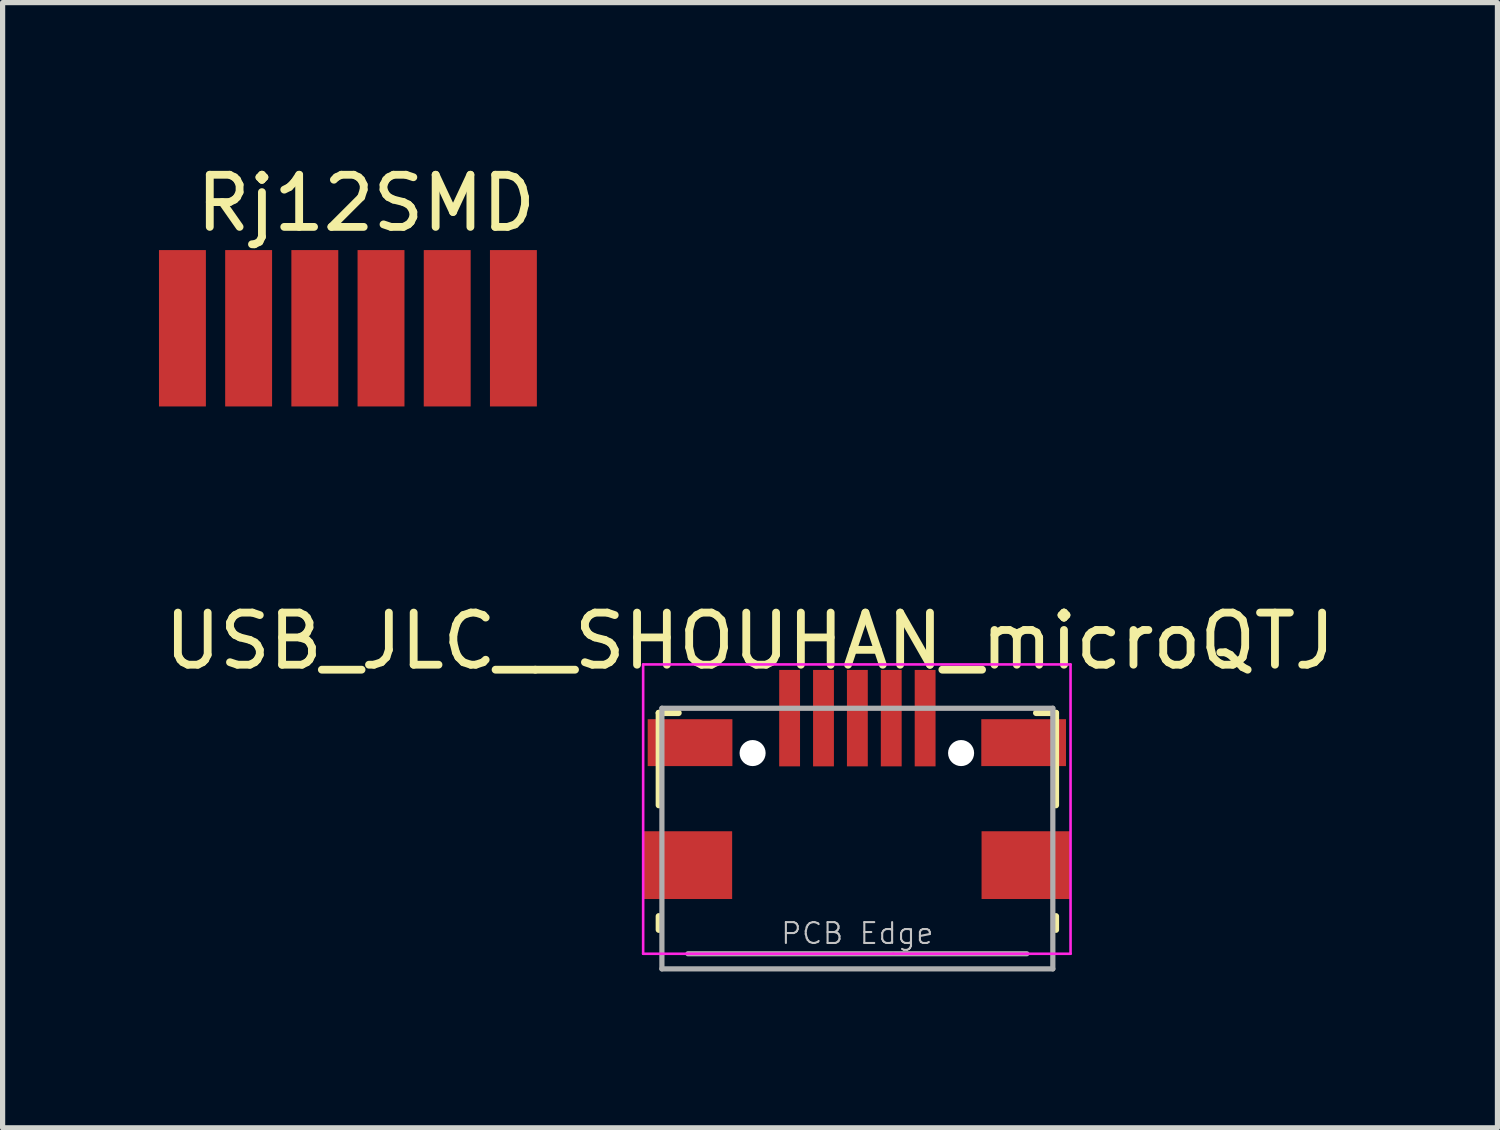
<source format=kicad_pcb>
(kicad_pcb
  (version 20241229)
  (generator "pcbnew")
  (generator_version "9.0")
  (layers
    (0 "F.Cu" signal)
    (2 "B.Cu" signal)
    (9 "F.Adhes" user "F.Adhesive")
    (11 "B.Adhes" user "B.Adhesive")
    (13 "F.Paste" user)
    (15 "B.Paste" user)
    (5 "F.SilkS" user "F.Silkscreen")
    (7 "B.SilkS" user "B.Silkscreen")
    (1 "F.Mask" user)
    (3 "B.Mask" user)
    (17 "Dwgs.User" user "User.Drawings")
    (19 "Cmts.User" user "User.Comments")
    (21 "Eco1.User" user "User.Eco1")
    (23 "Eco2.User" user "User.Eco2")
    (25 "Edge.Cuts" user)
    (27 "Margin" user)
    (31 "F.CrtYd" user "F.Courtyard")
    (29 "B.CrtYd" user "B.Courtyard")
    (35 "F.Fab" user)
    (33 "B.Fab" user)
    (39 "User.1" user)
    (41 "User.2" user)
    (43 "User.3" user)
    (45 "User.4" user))
  (footprint "USB_JLC__SHOUHAN_microQTJ"
    (layer "F.Cu")
    (at 13.389 7.998)
    (property "Reference" "USB_JLC__SHOUHAN_microQTJ" (at -2.05 1.25 0) (layer "F.SilkS") (effects (font (size 1 1) (thickness 0.15))))
    (attr through_hole)
    (fp_line (start -3.8 2.63) (end -3.42 2.63) (stroke (width 0.12) (type solid)) (layer "F.SilkS"))
    (fp_line (start -3.8 4.4) (end -3.8 2.63) (stroke (width 0.12) (type solid)) (layer "F.SilkS"))
    (fp_line (start -3.8 6.79) (end -3.8 6.53) (stroke (width 0.12) (type solid)) (layer "F.SilkS"))
    (fp_line (start 3.82 2.63) (end 3.44 2.63) (stroke (width 0.12) (type solid)) (layer "F.SilkS"))
    (fp_line (start 3.82 2.63) (end 3.82 4.4) (stroke (width 0.12) (type solid)) (layer "F.SilkS"))
    (fp_line (start 3.82 6.53) (end 3.82 6.79) (stroke (width 0.12) (type solid)) (layer "F.SilkS"))
    (fp_line (start -4.1 1.7) (end -4.1 7.25) (stroke (width 0.05) (type solid)) (layer "F.CrtYd"))
    (fp_line (start -4.1 1.7) (end 4.1 1.7) (stroke (width 0.05) (type solid)) (layer "F.CrtYd"))
    (fp_line (start -4.1 7.25) (end 0.7 7.25) (stroke (width 0.05) (type solid)) (layer "F.CrtYd"))
    (fp_line (start 0.7 7.25) (end 4.1 7.25) (stroke (width 0.05) (type solid)) (layer "F.CrtYd"))
    (fp_line (start 4.1 7.25) (end 4.1 1.7) (stroke (width 0.05) (type solid)) (layer "F.CrtYd"))
    (fp_line (start -3.74 2.54) (end 3.76 2.54) (stroke (width 0.1) (type solid)) (layer "F.Fab"))
    (fp_line (start -3.74 7.54) (end -3.74 2.54) (stroke (width 0.1) (type solid)) (layer "F.Fab"))
    (fp_line (start -3.24 7.25) (end 3.26 7.25) (stroke (width 0.1) (type solid)) (layer "F.Fab"))
    (fp_line (start 3.76 2.54) (end 3.76 7.54) (stroke (width 0.1) (type solid)) (layer "F.Fab"))
    (fp_line (start 3.76 7.54) (end -3.74 7.54) (stroke (width 0.1) (type solid)) (layer "F.Fab"))
    (fp_text user "PCB Edge" (at 0.01 6.86 180) (layer "Dwgs.User") (effects (font (size 0.4 0.4) (thickness 0.04))))
    (pad "" np_thru_hole circle (at -2 3.4) (size 0.5 0.5) (drill 0.5) (layers "*.Cu" "*.Mask"))
    (pad "" np_thru_hole circle (at 2 3.4) (size 0.5 0.5) (drill 0.5) (layers "*.Cu" "*.Mask"))
    (pad "1" smd rect (at -1.29 2.73) (size 0.4 1.85) (layers "F.Cu" "F.Mask" "F.Paste"))
    (pad "2" smd rect (at -0.64 2.73) (size 0.4 1.85) (layers "F.Cu" "F.Mask" "F.Paste"))
    (pad "3" smd rect (at 0.01 2.73) (size 0.4 1.85) (layers "F.Cu" "F.Mask" "F.Paste"))
    (pad "4" smd rect (at 0.66 2.73) (size 0.4 1.85) (layers "F.Cu" "F.Mask" "F.Paste"))
    (pad "5" smd rect (at 1.31 2.73) (size 0.4 1.85) (layers "F.Cu" "F.Mask" "F.Paste"))
    (pad "6" smd rect (at -3.25 5.55) (size 1.715 1.3) (layers "F.Cu" "F.Mask" "F.Paste"))
    (pad "6" smd rect (at -3.2 3.2) (size 1.625 0.9) (layers "F.Cu" "F.Mask" "F.Paste"))
    (pad "6" smd rect (at 3.2 3.2) (size 1.625 0.9) (layers "F.Cu" "F.Mask" "F.Paste"))
    (pad "6" smd rect (at 3.25 5.55) (size 1.715 1.3) (layers "F.Cu" "F.Mask" "F.Paste")))
  (footprint "Rj12SMD"
    (layer "F.Cu")
    (at 3.625 3.248)
    (property "Reference" "Rj12SMD" (at 0.35 -2.4 0) (layer "F.SilkS") (effects (font (size 1 1) (thickness 0.15))))
    (attr through_hole)
    (pad "1" smd rect (at 3.175 0 90) (size 3 0.9) (layers "F.Cu" "F.Mask" "F.Paste"))
    (pad "2" smd rect (at 1.905 0 90) (size 3 0.9) (layers "F.Cu" "F.Mask" "F.Paste"))
    (pad "3" smd rect (at 0.635 0 90) (size 3 0.9) (layers "F.Cu" "F.Mask" "F.Paste"))
    (pad "4" smd rect (at -0.635 0 90) (size 3 0.9) (layers "F.Cu" "F.Mask" "F.Paste"))
    (pad "5" smd rect (at -1.905 0 90) (size 3 0.9) (layers "F.Cu" "F.Mask" "F.Paste"))
    (pad "6" smd rect (at -3.175 0 90) (size 3 0.9) (layers "F.Cu" "F.Mask" "F.Paste")))
  (gr_rect
    (start -3 -3)
    (end 25.679 18.588)
    (stroke (width 0.1) (type default))
    (fill no)
    (layer "Edge.Cuts")))
</source>
